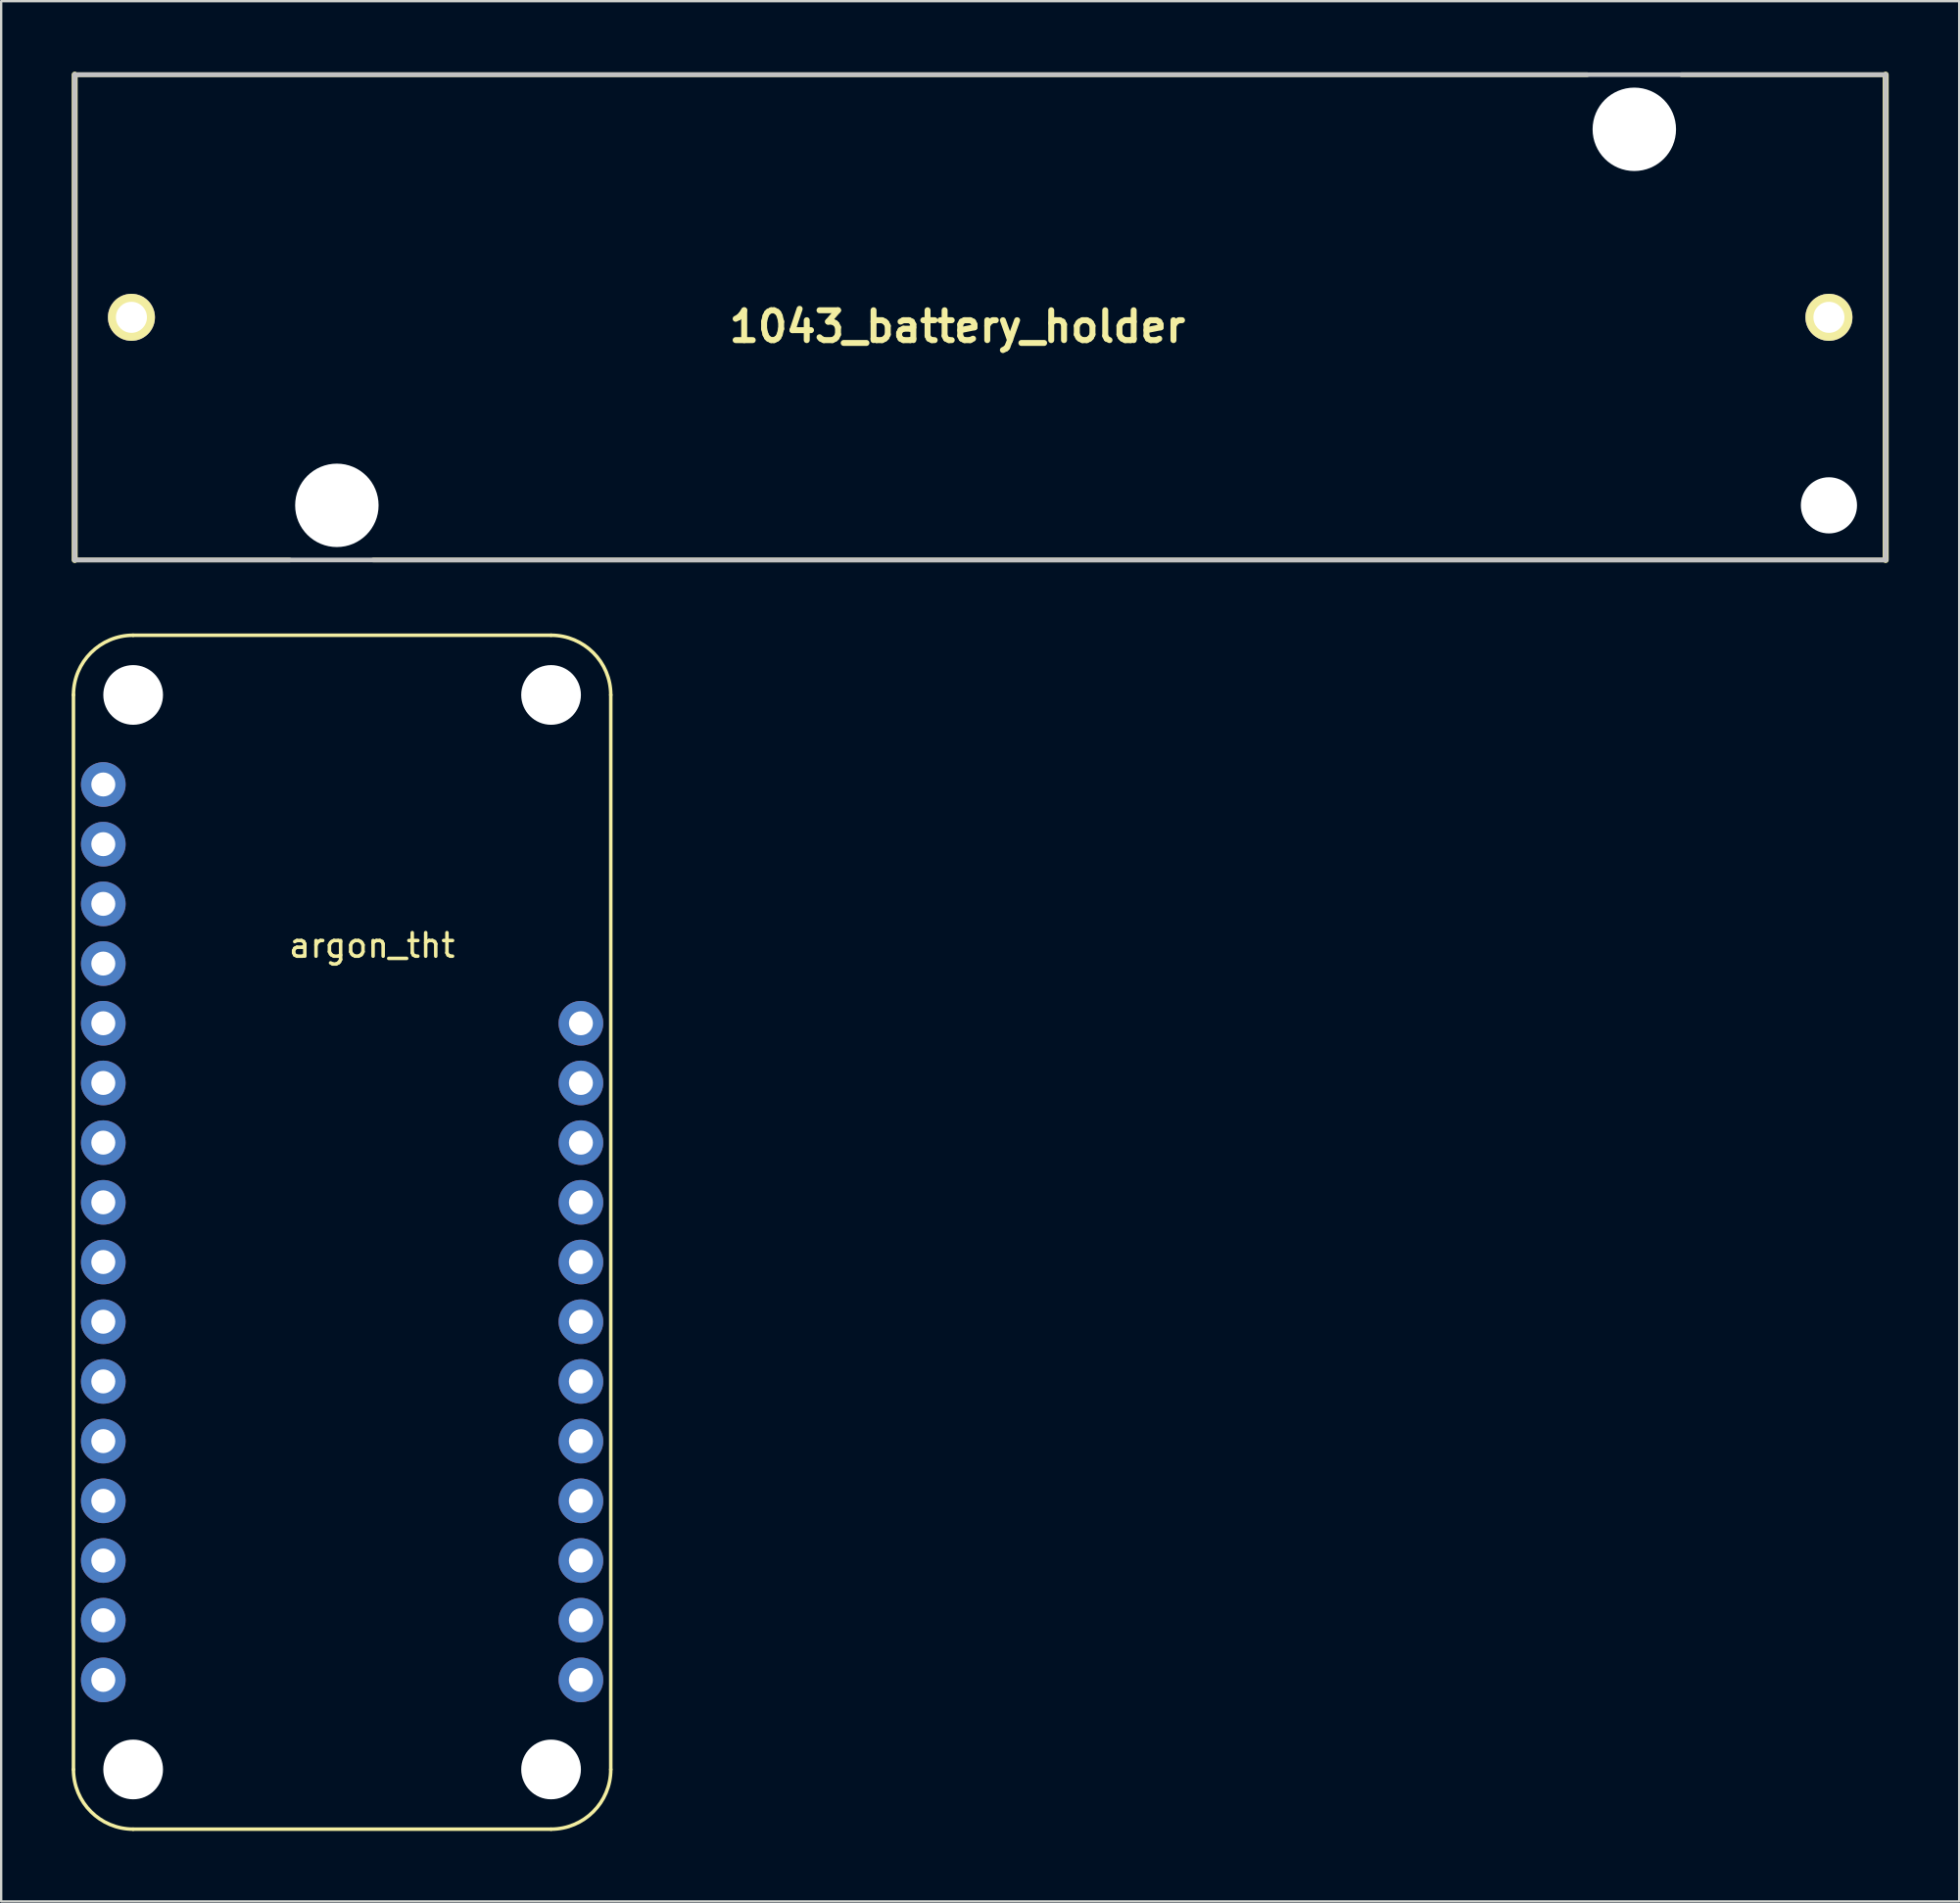
<source format=kicad_pcb>
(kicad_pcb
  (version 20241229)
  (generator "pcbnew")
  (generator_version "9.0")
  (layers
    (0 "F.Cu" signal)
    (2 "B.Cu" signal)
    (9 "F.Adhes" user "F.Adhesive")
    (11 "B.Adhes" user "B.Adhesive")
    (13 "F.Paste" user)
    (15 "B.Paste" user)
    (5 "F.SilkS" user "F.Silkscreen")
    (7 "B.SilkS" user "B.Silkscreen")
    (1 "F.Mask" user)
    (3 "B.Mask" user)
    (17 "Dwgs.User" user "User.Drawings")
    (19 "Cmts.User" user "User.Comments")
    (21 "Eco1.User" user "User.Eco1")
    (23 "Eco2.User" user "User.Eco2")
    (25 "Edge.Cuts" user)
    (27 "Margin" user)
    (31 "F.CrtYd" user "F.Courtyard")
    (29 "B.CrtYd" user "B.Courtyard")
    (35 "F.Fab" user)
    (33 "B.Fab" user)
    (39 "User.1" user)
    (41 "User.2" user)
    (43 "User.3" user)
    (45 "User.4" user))
  (footprint "1043_battery_holder"
    (layer "F.Cu")
    (at 11.282 18.452)
    (property "Reference" "1043_battery_holder" (at 26.401 -7.605 0) (layer "F.SilkS") (effects (font (size 1.27 1.27) (thickness 0.254))))
    (attr through_hole)
    (fp_line (start -11.155 -18.325) (end -11.155 2.325) (stroke (width 0.254) (type solid)) (layer "F.SilkS"))
    (fp_line (start -11.155 -18.325) (end 53.191 -18.325) (stroke (width 0.2) (type solid)) (layer "F.SilkS"))
    (fp_line (start -11.155 2.325) (end -2.009 2.325) (stroke (width 0.2) (type solid)) (layer "F.SilkS"))
    (fp_line (start 65.895 -18.325) (end 57.209 -18.325) (stroke (width 0.2) (type solid)) (layer "F.SilkS"))
    (fp_line (start 65.895 2.325) (end 1.549 2.325) (stroke (width 0.2) (type solid)) (layer "F.SilkS"))
    (fp_line (start 65.895 2.325) (end 65.895 -18.325) (stroke (width 0.254) (type solid)) (layer "F.SilkS"))
    (fp_line (start -11.155 -18.325) (end 65.895 -18.325) (stroke (width 0.2) (type solid)) (layer "Dwgs.User"))
    (fp_line (start -11.155 2.325) (end -11.155 -18.325) (stroke (width 0.2) (type solid)) (layer "Dwgs.User"))
    (fp_line (start 65.895 -18.325) (end 65.895 2.325) (stroke (width 0.2) (type solid)) (layer "Dwgs.User"))
    (fp_line (start 65.895 2.325) (end -11.155 2.325) (stroke (width 0.2) (type solid)) (layer "Dwgs.User"))
    (pad "" np_thru_hole circle (at 0 0 90) (size 3.55 3.55) (drill 3.55) (layers "*.Cu" "*.Mask"))
    (pad "" np_thru_hole circle (at 55.2 -16 90) (size 3.55 3.55) (drill 3.55) (layers "*.Cu" "*.Mask"))
    (pad "" np_thru_hole circle (at 63.48 0 90) (size 2.39 2.39) (drill 2.39) (layers "*.Cu" "*.Mask"))
    (pad "1" thru_hole circle (at -8.74 -8 90) (size 2 2) (drill 1.32) (layers "*.Cu" "*.Mask" "F.SilkS"))
    (pad "2" thru_hole circle (at 63.48 -8 90) (size 2 2) (drill 1.32) (layers "*.Cu" "*.Mask" "F.SilkS")))
  (footprint "argon_tht"
    (layer "F.Cu")
    (at 12.775 36.679)
    (property "Reference" "argon_tht" (at 0 0.5 0) (layer "F.SilkS") (effects (font (size 1 1) (thickness 0.15))))
    (attr through_hole)
    (fp_line (start -12.7 35.56) (end -12.7 -10.16) (stroke (width 0.15) (type solid)) (layer "F.SilkS"))
    (fp_line (start -10.16 -12.7) (end 7.62 -12.7) (stroke (width 0.15) (type solid)) (layer "F.SilkS"))
    (fp_line (start 7.62 38.1) (end -10.16 38.1) (stroke (width 0.15) (type solid)) (layer "F.SilkS"))
    (fp_line (start 10.16 -10.16) (end 10.16 35.56) (stroke (width 0.15) (type solid)) (layer "F.SilkS"))
    (fp_arc (start -12.7 -10.16) (mid -11.956051 -11.956051) (end -10.16 -12.7) (stroke (width 0.15) (type solid)) (layer "F.SilkS"))
    (fp_arc (start -10.16 38.1) (mid -11.956051 37.356051) (end -12.7 35.56) (stroke (width 0.15) (type solid)) (layer "F.SilkS"))
    (fp_arc (start 7.62 -12.7) (mid 9.416051 -11.956051) (end 10.16 -10.16) (stroke (width 0.15) (type solid)) (layer "F.SilkS"))
    (fp_arc (start 10.16 35.56) (mid 9.416051 37.356051) (end 7.62 38.1) (stroke (width 0.15) (type solid)) (layer "F.SilkS"))
    (pad "" np_thru_hole circle (at -10.16 -10.16) (size 2.54 2.54) (drill 2.54) (layers "*.Cu" "*.Mask"))
    (pad "" np_thru_hole circle (at -10.16 35.56) (size 2.54 2.54) (drill 2.54) (layers "*.Cu" "*.Mask"))
    (pad "" np_thru_hole circle (at 7.62 -10.16) (size 2.54 2.54) (drill 2.54) (layers "*.Cu" "*.Mask"))
    (pad "" np_thru_hole circle (at 7.62 35.56) (size 2.54 2.54) (drill 2.54) (layers "*.Cu" "*.Mask"))
    (pad "1" thru_hole circle (at -11.43 -6.35) (size 1.9 1.9) (drill 1.02) (layers "*.Cu" "*.Mask"))
    (pad "2" thru_hole circle (at -11.43 -3.81) (size 1.9 1.9) (drill 1.02) (layers "*.Cu" "*.Mask"))
    (pad "3" thru_hole circle (at -11.43 -1.27) (size 1.9 1.9) (drill 1.02) (layers "*.Cu" "*.Mask"))
    (pad "4" thru_hole circle (at -11.43 1.27) (size 1.9 1.9) (drill 1.02) (layers "*.Cu" "*.Mask"))
    (pad "5" thru_hole circle (at -11.43 3.81) (size 1.9 1.9) (drill 1.02) (layers "*.Cu" "*.Mask"))
    (pad "6" thru_hole circle (at -11.43 6.35) (size 1.9 1.9) (drill 1.02) (layers "*.Cu" "*.Mask"))
    (pad "7" thru_hole circle (at -11.43 8.89) (size 1.9 1.9) (drill 1.02) (layers "*.Cu" "*.Mask"))
    (pad "8" thru_hole circle (at -11.43 11.43) (size 1.9 1.9) (drill 1.02) (layers "*.Cu" "*.Mask"))
    (pad "9" thru_hole circle (at -11.43 13.97) (size 1.9 1.9) (drill 1.02) (layers "*.Cu" "*.Mask"))
    (pad "10" thru_hole circle (at -11.43 16.51) (size 1.9 1.9) (drill 1.02) (layers "*.Cu" "*.Mask"))
    (pad "11" thru_hole circle (at -11.43 19.05) (size 1.9 1.9) (drill 1.02) (layers "*.Cu" "*.Mask"))
    (pad "12" thru_hole circle (at -11.43 21.59) (size 1.9 1.9) (drill 1.02) (layers "*.Cu" "*.Mask"))
    (pad "13" thru_hole circle (at -11.43 24.13) (size 1.9 1.9) (drill 1.02) (layers "*.Cu" "*.Mask"))
    (pad "14" thru_hole circle (at -11.43 26.67) (size 1.9 1.9) (drill 1.02) (layers "*.Cu" "*.Mask"))
    (pad "15" thru_hole circle (at -11.43 31.75) (size 1.9 1.9) (drill 1.02) (layers "*.Cu" "*.Mask"))
    (pad "16" thru_hole circle (at -11.43 29.21) (size 1.9 1.9) (drill 1.02) (layers "*.Cu" "*.Mask"))
    (pad "17" thru_hole circle (at 8.89 31.75) (size 1.9 1.9) (drill 1.02) (layers "*.Cu" "*.Mask"))
    (pad "18" thru_hole circle (at 8.89 29.21) (size 1.9 1.9) (drill 1.02) (layers "*.Cu" "*.Mask"))
    (pad "19" thru_hole circle (at 8.89 26.67) (size 1.9 1.9) (drill 1.02) (layers "*.Cu" "*.Mask"))
    (pad "20" thru_hole circle (at 8.89 24.13) (size 1.9 1.9) (drill 1.02) (layers "*.Cu" "*.Mask"))
    (pad "21" thru_hole circle (at 8.89 21.59) (size 1.9 1.9) (drill 1.02) (layers "*.Cu" "*.Mask"))
    (pad "22" thru_hole circle (at 8.89 19.05) (size 1.9 1.9) (drill 1.02) (layers "*.Cu" "*.Mask"))
    (pad "23" thru_hole circle (at 8.89 16.51) (size 1.9 1.9) (drill 1.02) (layers "*.Cu" "*.Mask"))
    (pad "24" thru_hole circle (at 8.89 13.97) (size 1.9 1.9) (drill 1.02) (layers "*.Cu" "*.Mask"))
    (pad "25" thru_hole circle (at 8.89 11.43) (size 1.9 1.9) (drill 1.02) (layers "*.Cu" "*.Mask"))
    (pad "26" thru_hole circle (at 8.89 8.89) (size 1.9 1.9) (drill 1.02) (layers "*.Cu" "*.Mask"))
    (pad "27" thru_hole circle (at 8.89 6.35) (size 1.9 1.9) (drill 1.02) (layers "*.Cu" "*.Mask"))
    (pad "28" thru_hole circle (at 8.89 3.81) (size 1.9 1.9) (drill 1.02) (layers "*.Cu" "*.Mask")))
  (gr_rect
    (start -3 -3)
    (end 80.304 77.854)
    (stroke (width 0.1) (type default))
    (fill no)
    (layer "Edge.Cuts")))
</source>
